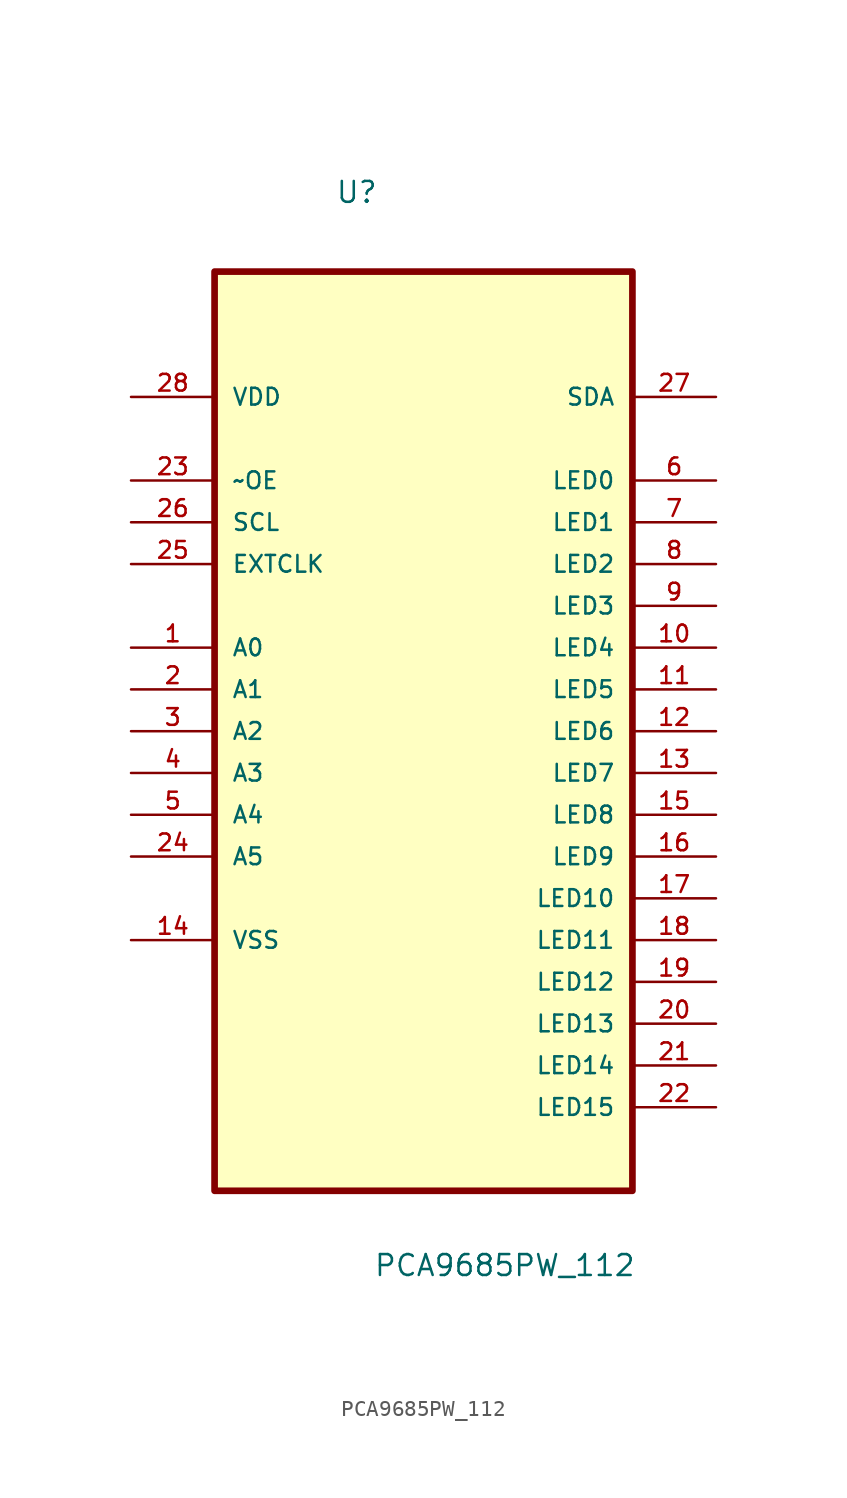
<source format=kicad_sym>
(kicad_symbol_lib
  (version 20211014)
  (generator kicad_symbol_editor)
  (symbol "PCA9685PW_112"
    (pin_names
      (offset 1.016))
    (property "Reference" "U"
      (at -5.367 29.478 0.0)
      (effects (font (size 1.27 1.27)) (justify bottom left)))
    (property "Value" "PCA9685PW_112"
      (at -3.05 -35.759 0.0)
      (effects (font (size 1.27 1.27)) (justify bottom left)))
    (symbol "PCA9685PW_112_0_0"
      (rectangle (start -12.7 -30.48) (end 12.7 25.4) (stroke (width 0.406)) (fill (type background)))
      (pin power_in line (at -17.78 17.78 0) (length 5.08) (name "VDD" (effects (font (size 1.016 1.016)))) (number "28" (effects (font (size 1.016 1.016)))))
      (pin input line (at -17.78 12.7 0) (length 5.08) (name "~OE" (effects (font (size 1.016 1.016)))) (number "23" (effects (font (size 1.016 1.016)))))
      (pin input line (at -17.78 10.16 0) (length 5.08) (name "SCL" (effects (font (size 1.016 1.016)))) (number "26" (effects (font (size 1.016 1.016)))))
      (pin input line (at -17.78 7.62 0) (length 5.08) (name "EXTCLK" (effects (font (size 1.016 1.016)))) (number "25" (effects (font (size 1.016 1.016)))))
      (pin input line (at -17.78 2.54 0) (length 5.08) (name "A0" (effects (font (size 1.016 1.016)))) (number "1" (effects (font (size 1.016 1.016)))))
      (pin input line (at -17.78 0.0 0) (length 5.08) (name "A1" (effects (font (size 1.016 1.016)))) (number "2" (effects (font (size 1.016 1.016)))))
      (pin input line (at -17.78 -2.54 0) (length 5.08) (name "A2" (effects (font (size 1.016 1.016)))) (number "3" (effects (font (size 1.016 1.016)))))
      (pin input line (at -17.78 -5.08 0) (length 5.08) (name "A3" (effects (font (size 1.016 1.016)))) (number "4" (effects (font (size 1.016 1.016)))))
      (pin input line (at -17.78 -7.62 0) (length 5.08) (name "A4" (effects (font (size 1.016 1.016)))) (number "5" (effects (font (size 1.016 1.016)))))
      (pin input line (at -17.78 -10.16 0) (length 5.08) (name "A5" (effects (font (size 1.016 1.016)))) (number "24" (effects (font (size 1.016 1.016)))))
      (pin passive line (at -17.78 -15.24 0) (length 5.08) (name "VSS" (effects (font (size 1.016 1.016)))) (number "14" (effects (font (size 1.016 1.016)))))
      (pin bidirectional line (at 17.78 17.78 180.0) (length 5.08) (name "SDA" (effects (font (size 1.016 1.016)))) (number "27" (effects (font (size 1.016 1.016)))))
      (pin output line (at 17.78 12.7 180.0) (length 5.08) (name "LED0" (effects (font (size 1.016 1.016)))) (number "6" (effects (font (size 1.016 1.016)))))
      (pin output line (at 17.78 10.16 180.0) (length 5.08) (name "LED1" (effects (font (size 1.016 1.016)))) (number "7" (effects (font (size 1.016 1.016)))))
      (pin output line (at 17.78 7.62 180.0) (length 5.08) (name "LED2" (effects (font (size 1.016 1.016)))) (number "8" (effects (font (size 1.016 1.016)))))
      (pin output line (at 17.78 5.08 180.0) (length 5.08) (name "LED3" (effects (font (size 1.016 1.016)))) (number "9" (effects (font (size 1.016 1.016)))))
      (pin output line (at 17.78 2.54 180.0) (length 5.08) (name "LED4" (effects (font (size 1.016 1.016)))) (number "10" (effects (font (size 1.016 1.016)))))
      (pin output line (at 17.78 0.0 180.0) (length 5.08) (name "LED5" (effects (font (size 1.016 1.016)))) (number "11" (effects (font (size 1.016 1.016)))))
      (pin output line (at 17.78 -2.54 180.0) (length 5.08) (name "LED6" (effects (font (size 1.016 1.016)))) (number "12" (effects (font (size 1.016 1.016)))))
      (pin output line (at 17.78 -5.08 180.0) (length 5.08) (name "LED7" (effects (font (size 1.016 1.016)))) (number "13" (effects (font (size 1.016 1.016)))))
      (pin output line (at 17.78 -7.62 180.0) (length 5.08) (name "LED8" (effects (font (size 1.016 1.016)))) (number "15" (effects (font (size 1.016 1.016)))))
      (pin output line (at 17.78 -10.16 180.0) (length 5.08) (name "LED9" (effects (font (size 1.016 1.016)))) (number "16" (effects (font (size 1.016 1.016)))))
      (pin output line (at 17.78 -12.7 180.0) (length 5.08) (name "LED10" (effects (font (size 1.016 1.016)))) (number "17" (effects (font (size 1.016 1.016)))))
      (pin output line (at 17.78 -15.24 180.0) (length 5.08) (name "LED11" (effects (font (size 1.016 1.016)))) (number "18" (effects (font (size 1.016 1.016)))))
      (pin output line (at 17.78 -17.78 180.0) (length 5.08) (name "LED12" (effects (font (size 1.016 1.016)))) (number "19" (effects (font (size 1.016 1.016)))))
      (pin output line (at 17.78 -20.32 180.0) (length 5.08) (name "LED13" (effects (font (size 1.016 1.016)))) (number "20" (effects (font (size 1.016 1.016)))))
      (pin output line (at 17.78 -22.86 180.0) (length 5.08) (name "LED14" (effects (font (size 1.016 1.016)))) (number "21" (effects (font (size 1.016 1.016)))))
      (pin output line (at 17.78 -25.4 180.0) (length 5.08) (name "LED15" (effects (font (size 1.016 1.016)))) (number "22" (effects (font (size 1.016 1.016))))))))
</source>
